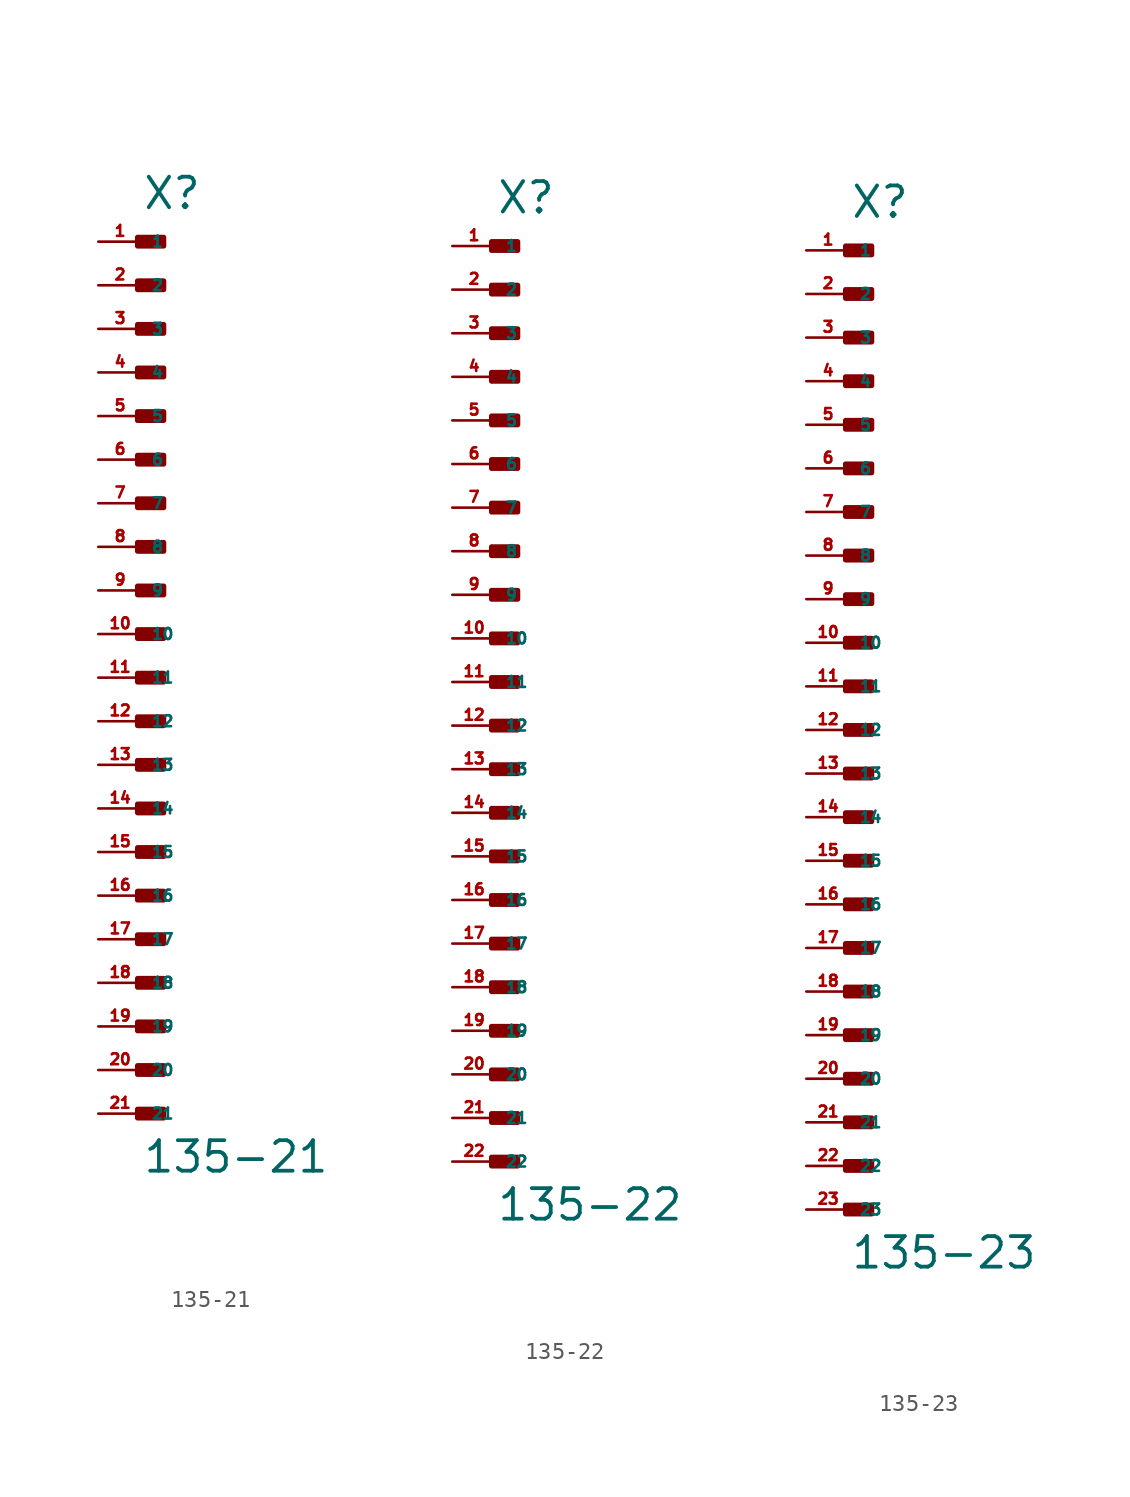
<source format=kicad_sym>
(kicad_symbol_lib
  (version 20220914)
  (generator Eagle2Kicad)
  (symbol "135-21"
    (property "Reference" "X"
      (at 0 27.178 0)
      (effects (font (size 1.778 1.778) (thickness 0.22)) (justify left bottom)))
    (property "Value" "135-21"
      (at 0 -28.956 0)
      (effects (font (size 1.778 1.778) (thickness 0.22)) (justify left bottom)))
    (rectangle
      (start -0.254 25.146)
      (end 1.27 25.654)
      (stroke (width 0.3) (type default))
      (fill (type outline)))
    (rectangle
      (start -0.254 22.606)
      (end 1.27 23.114)
      (stroke (width 0.3) (type default))
      (fill (type outline)))
    (rectangle
      (start -0.254 20.066)
      (end 1.27 20.574)
      (stroke (width 0.3) (type default))
      (fill (type outline)))
    (rectangle
      (start -0.254 17.526)
      (end 1.27 18.034)
      (stroke (width 0.3) (type default))
      (fill (type outline)))
    (rectangle
      (start -0.254 14.986)
      (end 1.27 15.494)
      (stroke (width 0.3) (type default))
      (fill (type outline)))
    (rectangle
      (start -0.254 12.446)
      (end 1.27 12.954)
      (stroke (width 0.3) (type default))
      (fill (type outline)))
    (rectangle
      (start -0.254 9.906)
      (end 1.27 10.414)
      (stroke (width 0.3) (type default))
      (fill (type outline)))
    (rectangle
      (start -0.254 7.366)
      (end 1.27 7.874)
      (stroke (width 0.3) (type default))
      (fill (type outline)))
    (rectangle
      (start -0.254 4.826)
      (end 1.27 5.334)
      (stroke (width 0.3) (type default))
      (fill (type outline)))
    (rectangle
      (start -0.254 2.286)
      (end 1.27 2.794)
      (stroke (width 0.3) (type default))
      (fill (type outline)))
    (rectangle
      (start -0.254 -0.254)
      (end 1.27 0.254)
      (stroke (width 0.3) (type default))
      (fill (type outline)))
    (rectangle
      (start -0.254 -2.794)
      (end 1.27 -2.286)
      (stroke (width 0.3) (type default))
      (fill (type outline)))
    (rectangle
      (start -0.254 -5.334)
      (end 1.27 -4.826)
      (stroke (width 0.3) (type default))
      (fill (type outline)))
    (rectangle
      (start -0.254 -7.874)
      (end 1.27 -7.366)
      (stroke (width 0.3) (type default))
      (fill (type outline)))
    (rectangle
      (start -0.254 -10.414)
      (end 1.27 -9.906)
      (stroke (width 0.3) (type default))
      (fill (type outline)))
    (rectangle
      (start -0.254 -12.954)
      (end 1.27 -12.446)
      (stroke (width 0.3) (type default))
      (fill (type outline)))
    (rectangle
      (start -0.254 -15.494)
      (end 1.27 -14.986)
      (stroke (width 0.3) (type default))
      (fill (type outline)))
    (rectangle
      (start -0.254 -18.034)
      (end 1.27 -17.526)
      (stroke (width 0.3) (type default))
      (fill (type outline)))
    (rectangle
      (start -0.254 -20.574)
      (end 1.27 -20.066)
      (stroke (width 0.3) (type default))
      (fill (type outline)))
    (rectangle
      (start -0.254 -23.114)
      (end 1.27 -22.606)
      (stroke (width 0.3) (type default))
      (fill (type outline)))
    (rectangle
      (start -0.254 -25.654)
      (end 1.27 -25.146)
      (stroke (width 0.3) (type default))
      (fill (type outline)))
    (pin passive line
      (at -2.54 25.4 0)
      (length 2.54)
      (name "1" (effects (font (size 0.635 0.635) (thickness 0.08)) (justify left bottom)))
      (number "1" (effects (font (size 0.635 0.635) (thickness 0.08)) (justify left bottom))))
    (pin passive line
      (at -2.54 22.86 0)
      (length 2.54)
      (name "2" (effects (font (size 0.635 0.635) (thickness 0.08)) (justify left bottom)))
      (number "2" (effects (font (size 0.635 0.635) (thickness 0.08)) (justify left bottom))))
    (pin passive line
      (at -2.54 20.32 0)
      (length 2.54)
      (name "3" (effects (font (size 0.635 0.635) (thickness 0.08)) (justify left bottom)))
      (number "3" (effects (font (size 0.635 0.635) (thickness 0.08)) (justify left bottom))))
    (pin passive line
      (at -2.54 17.78 0)
      (length 2.54)
      (name "4" (effects (font (size 0.635 0.635) (thickness 0.08)) (justify left bottom)))
      (number "4" (effects (font (size 0.635 0.635) (thickness 0.08)) (justify left bottom))))
    (pin passive line
      (at -2.54 15.24 0)
      (length 2.54)
      (name "5" (effects (font (size 0.635 0.635) (thickness 0.08)) (justify left bottom)))
      (number "5" (effects (font (size 0.635 0.635) (thickness 0.08)) (justify left bottom))))
    (pin passive line
      (at -2.54 12.7 0)
      (length 2.54)
      (name "6" (effects (font (size 0.635 0.635) (thickness 0.08)) (justify left bottom)))
      (number "6" (effects (font (size 0.635 0.635) (thickness 0.08)) (justify left bottom))))
    (pin passive line
      (at -2.54 10.16 0)
      (length 2.54)
      (name "7" (effects (font (size 0.635 0.635) (thickness 0.08)) (justify left bottom)))
      (number "7" (effects (font (size 0.635 0.635) (thickness 0.08)) (justify left bottom))))
    (pin passive line
      (at -2.54 7.62 0)
      (length 2.54)
      (name "8" (effects (font (size 0.635 0.635) (thickness 0.08)) (justify left bottom)))
      (number "8" (effects (font (size 0.635 0.635) (thickness 0.08)) (justify left bottom))))
    (pin passive line
      (at -2.54 5.08 0)
      (length 2.54)
      (name "9" (effects (font (size 0.635 0.635) (thickness 0.08)) (justify left bottom)))
      (number "9" (effects (font (size 0.635 0.635) (thickness 0.08)) (justify left bottom))))
    (pin passive line
      (at -2.54 2.54 0)
      (length 2.54)
      (name "10" (effects (font (size 0.635 0.635) (thickness 0.08)) (justify left bottom)))
      (number "10" (effects (font (size 0.635 0.635) (thickness 0.08)) (justify left bottom))))
    (pin passive line
      (at -2.54 0 0)
      (length 2.54)
      (name "11" (effects (font (size 0.635 0.635) (thickness 0.08)) (justify left bottom)))
      (number "11" (effects (font (size 0.635 0.635) (thickness 0.08)) (justify left bottom))))
    (pin passive line
      (at -2.54 -2.54 0)
      (length 2.54)
      (name "12" (effects (font (size 0.635 0.635) (thickness 0.08)) (justify left bottom)))
      (number "12" (effects (font (size 0.635 0.635) (thickness 0.08)) (justify left bottom))))
    (pin passive line
      (at -2.54 -5.08 0)
      (length 2.54)
      (name "13" (effects (font (size 0.635 0.635) (thickness 0.08)) (justify left bottom)))
      (number "13" (effects (font (size 0.635 0.635) (thickness 0.08)) (justify left bottom))))
    (pin passive line
      (at -2.54 -7.62 0)
      (length 2.54)
      (name "14" (effects (font (size 0.635 0.635) (thickness 0.08)) (justify left bottom)))
      (number "14" (effects (font (size 0.635 0.635) (thickness 0.08)) (justify left bottom))))
    (pin passive line
      (at -2.54 -10.16 0)
      (length 2.54)
      (name "15" (effects (font (size 0.635 0.635) (thickness 0.08)) (justify left bottom)))
      (number "15" (effects (font (size 0.635 0.635) (thickness 0.08)) (justify left bottom))))
    (pin passive line
      (at -2.54 -12.7 0)
      (length 2.54)
      (name "16" (effects (font (size 0.635 0.635) (thickness 0.08)) (justify left bottom)))
      (number "16" (effects (font (size 0.635 0.635) (thickness 0.08)) (justify left bottom))))
    (pin passive line
      (at -2.54 -15.24 0)
      (length 2.54)
      (name "17" (effects (font (size 0.635 0.635) (thickness 0.08)) (justify left bottom)))
      (number "17" (effects (font (size 0.635 0.635) (thickness 0.08)) (justify left bottom))))
    (pin passive line
      (at -2.54 -17.78 0)
      (length 2.54)
      (name "18" (effects (font (size 0.635 0.635) (thickness 0.08)) (justify left bottom)))
      (number "18" (effects (font (size 0.635 0.635) (thickness 0.08)) (justify left bottom))))
    (pin passive line
      (at -2.54 -20.32 0)
      (length 2.54)
      (name "19" (effects (font (size 0.635 0.635) (thickness 0.08)) (justify left bottom)))
      (number "19" (effects (font (size 0.635 0.635) (thickness 0.08)) (justify left bottom))))
    (pin passive line
      (at -2.54 -22.86 0)
      (length 2.54)
      (name "20" (effects (font (size 0.635 0.635) (thickness 0.08)) (justify left bottom)))
      (number "20" (effects (font (size 0.635 0.635) (thickness 0.08)) (justify left bottom))))
    (pin passive line
      (at -2.54 -25.4 0)
      (length 2.54)
      (name "21" (effects (font (size 0.635 0.635) (thickness 0.08)) (justify left bottom)))
      (number "21" (effects (font (size 0.635 0.635) (thickness 0.08)) (justify left bottom)))))
  (symbol "135-22"
    (property "Reference" "X"
      (at 0 27.178 0)
      (effects (font (size 1.778 1.778) (thickness 0.22)) (justify left bottom)))
    (property "Value" "135-22"
      (at 0 -31.496 0)
      (effects (font (size 1.778 1.778) (thickness 0.22)) (justify left bottom)))
    (rectangle
      (start -0.254 25.146)
      (end 1.27 25.654)
      (stroke (width 0.3) (type default))
      (fill (type outline)))
    (rectangle
      (start -0.254 22.606)
      (end 1.27 23.114)
      (stroke (width 0.3) (type default))
      (fill (type outline)))
    (rectangle
      (start -0.254 20.066)
      (end 1.27 20.574)
      (stroke (width 0.3) (type default))
      (fill (type outline)))
    (rectangle
      (start -0.254 17.526)
      (end 1.27 18.034)
      (stroke (width 0.3) (type default))
      (fill (type outline)))
    (rectangle
      (start -0.254 14.986)
      (end 1.27 15.494)
      (stroke (width 0.3) (type default))
      (fill (type outline)))
    (rectangle
      (start -0.254 12.446)
      (end 1.27 12.954)
      (stroke (width 0.3) (type default))
      (fill (type outline)))
    (rectangle
      (start -0.254 9.906)
      (end 1.27 10.414)
      (stroke (width 0.3) (type default))
      (fill (type outline)))
    (rectangle
      (start -0.254 7.366)
      (end 1.27 7.874)
      (stroke (width 0.3) (type default))
      (fill (type outline)))
    (rectangle
      (start -0.254 4.826)
      (end 1.27 5.334)
      (stroke (width 0.3) (type default))
      (fill (type outline)))
    (rectangle
      (start -0.254 2.286)
      (end 1.27 2.794)
      (stroke (width 0.3) (type default))
      (fill (type outline)))
    (rectangle
      (start -0.254 -0.254)
      (end 1.27 0.254)
      (stroke (width 0.3) (type default))
      (fill (type outline)))
    (rectangle
      (start -0.254 -2.794)
      (end 1.27 -2.286)
      (stroke (width 0.3) (type default))
      (fill (type outline)))
    (rectangle
      (start -0.254 -5.334)
      (end 1.27 -4.826)
      (stroke (width 0.3) (type default))
      (fill (type outline)))
    (rectangle
      (start -0.254 -7.874)
      (end 1.27 -7.366)
      (stroke (width 0.3) (type default))
      (fill (type outline)))
    (rectangle
      (start -0.254 -10.414)
      (end 1.27 -9.906)
      (stroke (width 0.3) (type default))
      (fill (type outline)))
    (rectangle
      (start -0.254 -12.954)
      (end 1.27 -12.446)
      (stroke (width 0.3) (type default))
      (fill (type outline)))
    (rectangle
      (start -0.254 -15.494)
      (end 1.27 -14.986)
      (stroke (width 0.3) (type default))
      (fill (type outline)))
    (rectangle
      (start -0.254 -18.034)
      (end 1.27 -17.526)
      (stroke (width 0.3) (type default))
      (fill (type outline)))
    (rectangle
      (start -0.254 -20.574)
      (end 1.27 -20.066)
      (stroke (width 0.3) (type default))
      (fill (type outline)))
    (rectangle
      (start -0.254 -23.114)
      (end 1.27 -22.606)
      (stroke (width 0.3) (type default))
      (fill (type outline)))
    (rectangle
      (start -0.254 -25.654)
      (end 1.27 -25.146)
      (stroke (width 0.3) (type default))
      (fill (type outline)))
    (rectangle
      (start -0.254 -28.194)
      (end 1.27 -27.686)
      (stroke (width 0.3) (type default))
      (fill (type outline)))
    (pin passive line
      (at -2.54 25.4 0)
      (length 2.54)
      (name "1" (effects (font (size 0.635 0.635) (thickness 0.08)) (justify left bottom)))
      (number "1" (effects (font (size 0.635 0.635) (thickness 0.08)) (justify left bottom))))
    (pin passive line
      (at -2.54 22.86 0)
      (length 2.54)
      (name "2" (effects (font (size 0.635 0.635) (thickness 0.08)) (justify left bottom)))
      (number "2" (effects (font (size 0.635 0.635) (thickness 0.08)) (justify left bottom))))
    (pin passive line
      (at -2.54 20.32 0)
      (length 2.54)
      (name "3" (effects (font (size 0.635 0.635) (thickness 0.08)) (justify left bottom)))
      (number "3" (effects (font (size 0.635 0.635) (thickness 0.08)) (justify left bottom))))
    (pin passive line
      (at -2.54 17.78 0)
      (length 2.54)
      (name "4" (effects (font (size 0.635 0.635) (thickness 0.08)) (justify left bottom)))
      (number "4" (effects (font (size 0.635 0.635) (thickness 0.08)) (justify left bottom))))
    (pin passive line
      (at -2.54 15.24 0)
      (length 2.54)
      (name "5" (effects (font (size 0.635 0.635) (thickness 0.08)) (justify left bottom)))
      (number "5" (effects (font (size 0.635 0.635) (thickness 0.08)) (justify left bottom))))
    (pin passive line
      (at -2.54 12.7 0)
      (length 2.54)
      (name "6" (effects (font (size 0.635 0.635) (thickness 0.08)) (justify left bottom)))
      (number "6" (effects (font (size 0.635 0.635) (thickness 0.08)) (justify left bottom))))
    (pin passive line
      (at -2.54 10.16 0)
      (length 2.54)
      (name "7" (effects (font (size 0.635 0.635) (thickness 0.08)) (justify left bottom)))
      (number "7" (effects (font (size 0.635 0.635) (thickness 0.08)) (justify left bottom))))
    (pin passive line
      (at -2.54 7.62 0)
      (length 2.54)
      (name "8" (effects (font (size 0.635 0.635) (thickness 0.08)) (justify left bottom)))
      (number "8" (effects (font (size 0.635 0.635) (thickness 0.08)) (justify left bottom))))
    (pin passive line
      (at -2.54 5.08 0)
      (length 2.54)
      (name "9" (effects (font (size 0.635 0.635) (thickness 0.08)) (justify left bottom)))
      (number "9" (effects (font (size 0.635 0.635) (thickness 0.08)) (justify left bottom))))
    (pin passive line
      (at -2.54 2.54 0)
      (length 2.54)
      (name "10" (effects (font (size 0.635 0.635) (thickness 0.08)) (justify left bottom)))
      (number "10" (effects (font (size 0.635 0.635) (thickness 0.08)) (justify left bottom))))
    (pin passive line
      (at -2.54 0 0)
      (length 2.54)
      (name "11" (effects (font (size 0.635 0.635) (thickness 0.08)) (justify left bottom)))
      (number "11" (effects (font (size 0.635 0.635) (thickness 0.08)) (justify left bottom))))
    (pin passive line
      (at -2.54 -2.54 0)
      (length 2.54)
      (name "12" (effects (font (size 0.635 0.635) (thickness 0.08)) (justify left bottom)))
      (number "12" (effects (font (size 0.635 0.635) (thickness 0.08)) (justify left bottom))))
    (pin passive line
      (at -2.54 -5.08 0)
      (length 2.54)
      (name "13" (effects (font (size 0.635 0.635) (thickness 0.08)) (justify left bottom)))
      (number "13" (effects (font (size 0.635 0.635) (thickness 0.08)) (justify left bottom))))
    (pin passive line
      (at -2.54 -7.62 0)
      (length 2.54)
      (name "14" (effects (font (size 0.635 0.635) (thickness 0.08)) (justify left bottom)))
      (number "14" (effects (font (size 0.635 0.635) (thickness 0.08)) (justify left bottom))))
    (pin passive line
      (at -2.54 -10.16 0)
      (length 2.54)
      (name "15" (effects (font (size 0.635 0.635) (thickness 0.08)) (justify left bottom)))
      (number "15" (effects (font (size 0.635 0.635) (thickness 0.08)) (justify left bottom))))
    (pin passive line
      (at -2.54 -12.7 0)
      (length 2.54)
      (name "16" (effects (font (size 0.635 0.635) (thickness 0.08)) (justify left bottom)))
      (number "16" (effects (font (size 0.635 0.635) (thickness 0.08)) (justify left bottom))))
    (pin passive line
      (at -2.54 -15.24 0)
      (length 2.54)
      (name "17" (effects (font (size 0.635 0.635) (thickness 0.08)) (justify left bottom)))
      (number "17" (effects (font (size 0.635 0.635) (thickness 0.08)) (justify left bottom))))
    (pin passive line
      (at -2.54 -17.78 0)
      (length 2.54)
      (name "18" (effects (font (size 0.635 0.635) (thickness 0.08)) (justify left bottom)))
      (number "18" (effects (font (size 0.635 0.635) (thickness 0.08)) (justify left bottom))))
    (pin passive line
      (at -2.54 -20.32 0)
      (length 2.54)
      (name "19" (effects (font (size 0.635 0.635) (thickness 0.08)) (justify left bottom)))
      (number "19" (effects (font (size 0.635 0.635) (thickness 0.08)) (justify left bottom))))
    (pin passive line
      (at -2.54 -22.86 0)
      (length 2.54)
      (name "20" (effects (font (size 0.635 0.635) (thickness 0.08)) (justify left bottom)))
      (number "20" (effects (font (size 0.635 0.635) (thickness 0.08)) (justify left bottom))))
    (pin passive line
      (at -2.54 -25.4 0)
      (length 2.54)
      (name "21" (effects (font (size 0.635 0.635) (thickness 0.08)) (justify left bottom)))
      (number "21" (effects (font (size 0.635 0.635) (thickness 0.08)) (justify left bottom))))
    (pin passive line
      (at -2.54 -27.94 0)
      (length 2.54)
      (name "22" (effects (font (size 0.635 0.635) (thickness 0.08)) (justify left bottom)))
      (number "22" (effects (font (size 0.635 0.635) (thickness 0.08)) (justify left bottom)))))
  (symbol "135-23"
    (property "Reference" "X"
      (at 0 27.178 0)
      (effects (font (size 1.778 1.778) (thickness 0.22)) (justify left bottom)))
    (property "Value" "135-23"
      (at 0 -34.036 0)
      (effects (font (size 1.778 1.778) (thickness 0.22)) (justify left bottom)))
    (rectangle
      (start -0.254 25.146)
      (end 1.27 25.654)
      (stroke (width 0.3) (type default))
      (fill (type outline)))
    (rectangle
      (start -0.254 22.606)
      (end 1.27 23.114)
      (stroke (width 0.3) (type default))
      (fill (type outline)))
    (rectangle
      (start -0.254 20.066)
      (end 1.27 20.574)
      (stroke (width 0.3) (type default))
      (fill (type outline)))
    (rectangle
      (start -0.254 17.526)
      (end 1.27 18.034)
      (stroke (width 0.3) (type default))
      (fill (type outline)))
    (rectangle
      (start -0.254 14.986)
      (end 1.27 15.494)
      (stroke (width 0.3) (type default))
      (fill (type outline)))
    (rectangle
      (start -0.254 12.446)
      (end 1.27 12.954)
      (stroke (width 0.3) (type default))
      (fill (type outline)))
    (rectangle
      (start -0.254 9.906)
      (end 1.27 10.414)
      (stroke (width 0.3) (type default))
      (fill (type outline)))
    (rectangle
      (start -0.254 7.366)
      (end 1.27 7.874)
      (stroke (width 0.3) (type default))
      (fill (type outline)))
    (rectangle
      (start -0.254 4.826)
      (end 1.27 5.334)
      (stroke (width 0.3) (type default))
      (fill (type outline)))
    (rectangle
      (start -0.254 2.286)
      (end 1.27 2.794)
      (stroke (width 0.3) (type default))
      (fill (type outline)))
    (rectangle
      (start -0.254 -0.254)
      (end 1.27 0.254)
      (stroke (width 0.3) (type default))
      (fill (type outline)))
    (rectangle
      (start -0.254 -2.794)
      (end 1.27 -2.286)
      (stroke (width 0.3) (type default))
      (fill (type outline)))
    (rectangle
      (start -0.254 -5.334)
      (end 1.27 -4.826)
      (stroke (width 0.3) (type default))
      (fill (type outline)))
    (rectangle
      (start -0.254 -7.874)
      (end 1.27 -7.366)
      (stroke (width 0.3) (type default))
      (fill (type outline)))
    (rectangle
      (start -0.254 -10.414)
      (end 1.27 -9.906)
      (stroke (width 0.3) (type default))
      (fill (type outline)))
    (rectangle
      (start -0.254 -12.954)
      (end 1.27 -12.446)
      (stroke (width 0.3) (type default))
      (fill (type outline)))
    (rectangle
      (start -0.254 -15.494)
      (end 1.27 -14.986)
      (stroke (width 0.3) (type default))
      (fill (type outline)))
    (rectangle
      (start -0.254 -18.034)
      (end 1.27 -17.526)
      (stroke (width 0.3) (type default))
      (fill (type outline)))
    (rectangle
      (start -0.254 -20.574)
      (end 1.27 -20.066)
      (stroke (width 0.3) (type default))
      (fill (type outline)))
    (rectangle
      (start -0.254 -23.114)
      (end 1.27 -22.606)
      (stroke (width 0.3) (type default))
      (fill (type outline)))
    (rectangle
      (start -0.254 -25.654)
      (end 1.27 -25.146)
      (stroke (width 0.3) (type default))
      (fill (type outline)))
    (rectangle
      (start -0.254 -28.194)
      (end 1.27 -27.686)
      (stroke (width 0.3) (type default))
      (fill (type outline)))
    (rectangle
      (start -0.254 -30.734)
      (end 1.27 -30.226)
      (stroke (width 0.3) (type default))
      (fill (type outline)))
    (pin passive line
      (at -2.54 25.4 0)
      (length 2.54)
      (name "1" (effects (font (size 0.635 0.635) (thickness 0.08)) (justify left bottom)))
      (number "1" (effects (font (size 0.635 0.635) (thickness 0.08)) (justify left bottom))))
    (pin passive line
      (at -2.54 22.86 0)
      (length 2.54)
      (name "2" (effects (font (size 0.635 0.635) (thickness 0.08)) (justify left bottom)))
      (number "2" (effects (font (size 0.635 0.635) (thickness 0.08)) (justify left bottom))))
    (pin passive line
      (at -2.54 20.32 0)
      (length 2.54)
      (name "3" (effects (font (size 0.635 0.635) (thickness 0.08)) (justify left bottom)))
      (number "3" (effects (font (size 0.635 0.635) (thickness 0.08)) (justify left bottom))))
    (pin passive line
      (at -2.54 17.78 0)
      (length 2.54)
      (name "4" (effects (font (size 0.635 0.635) (thickness 0.08)) (justify left bottom)))
      (number "4" (effects (font (size 0.635 0.635) (thickness 0.08)) (justify left bottom))))
    (pin passive line
      (at -2.54 15.24 0)
      (length 2.54)
      (name "5" (effects (font (size 0.635 0.635) (thickness 0.08)) (justify left bottom)))
      (number "5" (effects (font (size 0.635 0.635) (thickness 0.08)) (justify left bottom))))
    (pin passive line
      (at -2.54 12.7 0)
      (length 2.54)
      (name "6" (effects (font (size 0.635 0.635) (thickness 0.08)) (justify left bottom)))
      (number "6" (effects (font (size 0.635 0.635) (thickness 0.08)) (justify left bottom))))
    (pin passive line
      (at -2.54 10.16 0)
      (length 2.54)
      (name "7" (effects (font (size 0.635 0.635) (thickness 0.08)) (justify left bottom)))
      (number "7" (effects (font (size 0.635 0.635) (thickness 0.08)) (justify left bottom))))
    (pin passive line
      (at -2.54 7.62 0)
      (length 2.54)
      (name "8" (effects (font (size 0.635 0.635) (thickness 0.08)) (justify left bottom)))
      (number "8" (effects (font (size 0.635 0.635) (thickness 0.08)) (justify left bottom))))
    (pin passive line
      (at -2.54 5.08 0)
      (length 2.54)
      (name "9" (effects (font (size 0.635 0.635) (thickness 0.08)) (justify left bottom)))
      (number "9" (effects (font (size 0.635 0.635) (thickness 0.08)) (justify left bottom))))
    (pin passive line
      (at -2.54 2.54 0)
      (length 2.54)
      (name "10" (effects (font (size 0.635 0.635) (thickness 0.08)) (justify left bottom)))
      (number "10" (effects (font (size 0.635 0.635) (thickness 0.08)) (justify left bottom))))
    (pin passive line
      (at -2.54 0 0)
      (length 2.54)
      (name "11" (effects (font (size 0.635 0.635) (thickness 0.08)) (justify left bottom)))
      (number "11" (effects (font (size 0.635 0.635) (thickness 0.08)) (justify left bottom))))
    (pin passive line
      (at -2.54 -2.54 0)
      (length 2.54)
      (name "12" (effects (font (size 0.635 0.635) (thickness 0.08)) (justify left bottom)))
      (number "12" (effects (font (size 0.635 0.635) (thickness 0.08)) (justify left bottom))))
    (pin passive line
      (at -2.54 -5.08 0)
      (length 2.54)
      (name "13" (effects (font (size 0.635 0.635) (thickness 0.08)) (justify left bottom)))
      (number "13" (effects (font (size 0.635 0.635) (thickness 0.08)) (justify left bottom))))
    (pin passive line
      (at -2.54 -7.62 0)
      (length 2.54)
      (name "14" (effects (font (size 0.635 0.635) (thickness 0.08)) (justify left bottom)))
      (number "14" (effects (font (size 0.635 0.635) (thickness 0.08)) (justify left bottom))))
    (pin passive line
      (at -2.54 -10.16 0)
      (length 2.54)
      (name "15" (effects (font (size 0.635 0.635) (thickness 0.08)) (justify left bottom)))
      (number "15" (effects (font (size 0.635 0.635) (thickness 0.08)) (justify left bottom))))
    (pin passive line
      (at -2.54 -12.7 0)
      (length 2.54)
      (name "16" (effects (font (size 0.635 0.635) (thickness 0.08)) (justify left bottom)))
      (number "16" (effects (font (size 0.635 0.635) (thickness 0.08)) (justify left bottom))))
    (pin passive line
      (at -2.54 -15.24 0)
      (length 2.54)
      (name "17" (effects (font (size 0.635 0.635) (thickness 0.08)) (justify left bottom)))
      (number "17" (effects (font (size 0.635 0.635) (thickness 0.08)) (justify left bottom))))
    (pin passive line
      (at -2.54 -17.78 0)
      (length 2.54)
      (name "18" (effects (font (size 0.635 0.635) (thickness 0.08)) (justify left bottom)))
      (number "18" (effects (font (size 0.635 0.635) (thickness 0.08)) (justify left bottom))))
    (pin passive line
      (at -2.54 -20.32 0)
      (length 2.54)
      (name "19" (effects (font (size 0.635 0.635) (thickness 0.08)) (justify left bottom)))
      (number "19" (effects (font (size 0.635 0.635) (thickness 0.08)) (justify left bottom))))
    (pin passive line
      (at -2.54 -22.86 0)
      (length 2.54)
      (name "20" (effects (font (size 0.635 0.635) (thickness 0.08)) (justify left bottom)))
      (number "20" (effects (font (size 0.635 0.635) (thickness 0.08)) (justify left bottom))))
    (pin passive line
      (at -2.54 -25.4 0)
      (length 2.54)
      (name "21" (effects (font (size 0.635 0.635) (thickness 0.08)) (justify left bottom)))
      (number "21" (effects (font (size 0.635 0.635) (thickness 0.08)) (justify left bottom))))
    (pin passive line
      (at -2.54 -27.94 0)
      (length 2.54)
      (name "22" (effects (font (size 0.635 0.635) (thickness 0.08)) (justify left bottom)))
      (number "22" (effects (font (size 0.635 0.635) (thickness 0.08)) (justify left bottom))))
    (pin passive line
      (at -2.54 -30.48 0)
      (length 2.54)
      (name "23" (effects (font (size 0.635 0.635) (thickness 0.08)) (justify left bottom)))
      (number "23" (effects (font (size 0.635 0.635) (thickness 0.08)) (justify left bottom))))))
</source>
